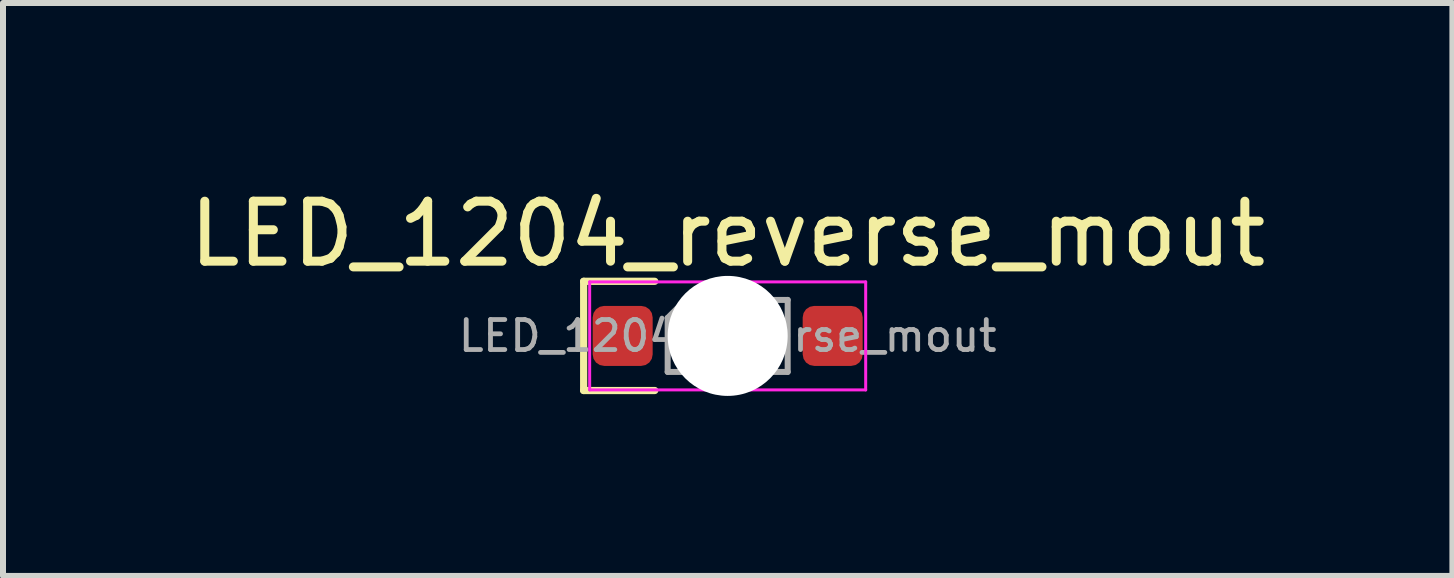
<source format=kicad_pcb>
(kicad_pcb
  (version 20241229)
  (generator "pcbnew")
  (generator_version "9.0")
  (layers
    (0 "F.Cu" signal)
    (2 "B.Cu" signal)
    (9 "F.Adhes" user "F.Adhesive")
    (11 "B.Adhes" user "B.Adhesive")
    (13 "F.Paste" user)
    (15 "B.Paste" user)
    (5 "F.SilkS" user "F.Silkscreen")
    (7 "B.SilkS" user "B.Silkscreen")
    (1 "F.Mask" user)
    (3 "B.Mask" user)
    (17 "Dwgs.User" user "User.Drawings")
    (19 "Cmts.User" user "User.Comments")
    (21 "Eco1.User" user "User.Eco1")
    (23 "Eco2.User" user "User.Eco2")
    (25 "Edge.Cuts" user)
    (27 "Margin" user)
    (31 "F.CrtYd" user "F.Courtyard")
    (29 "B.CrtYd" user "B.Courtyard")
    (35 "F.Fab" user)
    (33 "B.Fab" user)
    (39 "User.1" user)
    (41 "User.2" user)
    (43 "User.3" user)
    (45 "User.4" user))
  (footprint "LED_1204_reverse_mout"
    (layer "F.Cu")
    (at 9.077 2.548)
    (property "Reference" "LED_1204_reverse_mout" (at 0 -1.7 0) (layer "F.SilkS") (effects (font (size 1 1) (thickness 0.15))))
    (attr smd)
    (fp_line (start -2.4 -0.91) (end -2.4 0.91) (stroke (width 0.12) (type solid)) (layer "F.SilkS"))
    (fp_line (start -2.4 0.91) (end -1.215 0.91) (stroke (width 0.12) (type solid)) (layer "F.SilkS"))
    (fp_line (start -1.215 -0.91) (end -2.4 -0.91) (stroke (width 0.12) (type solid)) (layer "F.SilkS"))
    (fp_line (start -2.3 -0.9) (end 2.3 -0.9) (stroke (width 0.05) (type solid)) (layer "F.CrtYd"))
    (fp_line (start -2.3 0.9) (end -2.3 -0.9) (stroke (width 0.05) (type solid)) (layer "F.CrtYd"))
    (fp_line (start 2.3 -0.9) (end 2.3 0.9) (stroke (width 0.05) (type solid)) (layer "F.CrtYd"))
    (fp_line (start 2.3 0.9) (end -2.3 0.9) (stroke (width 0.05) (type solid)) (layer "F.CrtYd"))
    (fp_line (start -1 -0.3) (end -1 0.6) (stroke (width 0.1) (type solid)) (layer "F.Fab"))
    (fp_line (start -1 0.6) (end 1 0.6) (stroke (width 0.1) (type solid)) (layer "F.Fab"))
    (fp_line (start -0.7 -0.6) (end -1 -0.3) (stroke (width 0.1) (type solid)) (layer "F.Fab"))
    (fp_line (start 1 -0.6) (end -0.7 -0.6) (stroke (width 0.1) (type solid)) (layer "F.Fab"))
    (fp_line (start 1 0.6) (end 1 -0.6) (stroke (width 0.1) (type solid)) (layer "F.Fab"))
    (fp_text user "${REFERENCE}" (at 0 0 0) (layer "F.Fab") (effects (font (size 0.5 0.5) (thickness 0.08))))
    (pad "" np_thru_hole circle (at 0 0) (size 2 2) (drill 2) (layers "*.Cu" "*.Mask"))
    (pad "1" smd roundrect (at -1.75 0) (size 1 1) (layers "F.Cu" "F.Mask" "F.Paste") (roundrect_rratio 0.192))
    (pad "2" smd roundrect (at 1.75 0) (size 1 1) (layers "F.Cu" "F.Mask" "F.Paste") (roundrect_rratio 0.192)))
  (gr_rect
    (start -3 -3)
    (end 21.155 6.548)
    (stroke (width 0.1) (type default))
    (fill no)
    (layer "Edge.Cuts")))
</source>
